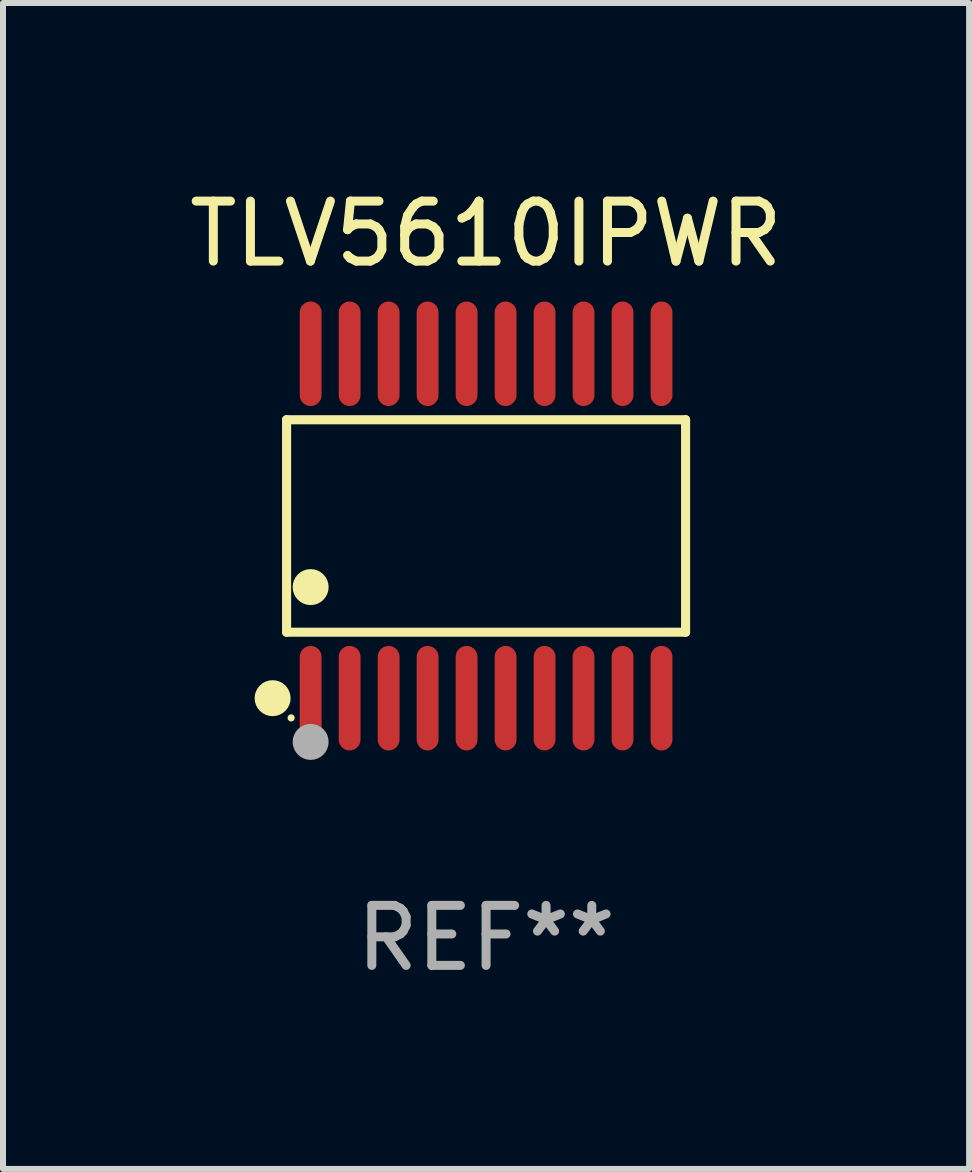
<source format=kicad_pcb>
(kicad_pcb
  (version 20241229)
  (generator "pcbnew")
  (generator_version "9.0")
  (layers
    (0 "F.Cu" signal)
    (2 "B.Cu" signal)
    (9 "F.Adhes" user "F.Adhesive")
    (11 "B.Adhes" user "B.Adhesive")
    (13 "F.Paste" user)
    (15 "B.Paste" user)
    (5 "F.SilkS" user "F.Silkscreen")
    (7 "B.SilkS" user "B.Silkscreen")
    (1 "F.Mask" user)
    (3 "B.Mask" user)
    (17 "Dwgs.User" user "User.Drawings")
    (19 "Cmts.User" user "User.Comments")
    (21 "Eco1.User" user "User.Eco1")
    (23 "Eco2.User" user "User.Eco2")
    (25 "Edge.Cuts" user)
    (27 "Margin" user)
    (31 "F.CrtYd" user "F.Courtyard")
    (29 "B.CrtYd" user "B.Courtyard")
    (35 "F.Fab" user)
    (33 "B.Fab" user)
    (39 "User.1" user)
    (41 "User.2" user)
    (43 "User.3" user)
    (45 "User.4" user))
  (footprint "TLV5610IPWR"
    (layer "F.Cu")
    (at 5.054 5.719)
    (property "Reference" "TLV5610IPWR" (at 0 -4.871 0) (layer "F.SilkS") (effects (font (size 1 1) (thickness 0.15))))
    (attr through_hole)
    (fp_line (start -3.326 -1.771) (end 3.326 -1.771) (stroke (width 0.152) (type solid)) (layer "F.SilkS"))
    (fp_line (start -3.326 1.771) (end -3.326 -1.771) (stroke (width 0.152) (type solid)) (layer "F.SilkS"))
    (fp_line (start 3.326 -1.771) (end 3.326 1.771) (stroke (width 0.152) (type solid)) (layer "F.SilkS"))
    (fp_line (start 3.326 1.771) (end -3.326 1.771) (stroke (width 0.152) (type solid)) (layer "F.SilkS"))
    (fp_circle (center -3.559 2.871) (end -3.409 2.871) (stroke (width 0.3) (type solid)) (fill no) (layer "F.SilkS"))
    (fp_circle (center -3.25 3.2) (end -3.22 3.2) (stroke (width 0.06) (type solid)) (fill no) (layer "F.SilkS"))
    (fp_circle (center -2.925 1.019) (end -2.775 1.019) (stroke (width 0.3) (type solid)) (fill no) (layer "F.SilkS"))
    (fp_circle (center -2.925 3.6) (end -2.775 3.6) (stroke (width 0.3) (type solid)) (fill no) (layer "F.Fab"))
    (fp_text user "REF**" (at 0 6.871 0) (layer "F.Fab") (effects (font (size 1 1) (thickness 0.15))))
    (pad "1" smd oval (at -2.925 2.871) (size 0.364 1.742) (layers "F.Cu" "F.Mask" "F.Paste"))
    (pad "2" smd oval (at -2.275 2.871) (size 0.364 1.742) (layers "F.Cu" "F.Mask" "F.Paste"))
    (pad "3" smd oval (at -1.625 2.871) (size 0.364 1.742) (layers "F.Cu" "F.Mask" "F.Paste"))
    (pad "4" smd oval (at -0.975 2.871) (size 0.364 1.742) (layers "F.Cu" "F.Mask" "F.Paste"))
    (pad "5" smd oval (at -0.325 2.871) (size 0.364 1.742) (layers "F.Cu" "F.Mask" "F.Paste"))
    (pad "6" smd oval (at 0.325 2.871) (size 0.364 1.742) (layers "F.Cu" "F.Mask" "F.Paste"))
    (pad "7" smd oval (at 0.975 2.871) (size 0.364 1.742) (layers "F.Cu" "F.Mask" "F.Paste"))
    (pad "8" smd oval (at 1.625 2.871) (size 0.364 1.742) (layers "F.Cu" "F.Mask" "F.Paste"))
    (pad "9" smd oval (at 2.275 2.871) (size 0.364 1.742) (layers "F.Cu" "F.Mask" "F.Paste"))
    (pad "10" smd oval (at 2.925 2.871) (size 0.364 1.742) (layers "F.Cu" "F.Mask" "F.Paste"))
    (pad "11" smd oval (at 2.925 -2.871) (size 0.364 1.742) (layers "F.Cu" "F.Mask" "F.Paste"))
    (pad "12" smd oval (at 2.275 -2.871) (size 0.364 1.742) (layers "F.Cu" "F.Mask" "F.Paste"))
    (pad "13" smd oval (at 1.625 -2.871) (size 0.364 1.742) (layers "F.Cu" "F.Mask" "F.Paste"))
    (pad "14" smd oval (at 0.975 -2.871) (size 0.364 1.742) (layers "F.Cu" "F.Mask" "F.Paste"))
    (pad "15" smd oval (at 0.325 -2.871) (size 0.364 1.742) (layers "F.Cu" "F.Mask" "F.Paste"))
    (pad "16" smd oval (at -0.325 -2.871) (size 0.364 1.742) (layers "F.Cu" "F.Mask" "F.Paste"))
    (pad "17" smd oval (at -0.975 -2.871) (size 0.364 1.742) (layers "F.Cu" "F.Mask" "F.Paste"))
    (pad "18" smd oval (at -1.625 -2.871) (size 0.364 1.742) (layers "F.Cu" "F.Mask" "F.Paste"))
    (pad "19" smd oval (at -2.275 -2.871) (size 0.364 1.742) (layers "F.Cu" "F.Mask" "F.Paste"))
    (pad "20" smd oval (at -2.925 -2.871) (size 0.364 1.742) (layers "F.Cu" "F.Mask" "F.Paste")))
  (gr_rect
    (start -3 -3)
    (end 13.107 16.438)
    (stroke (width 0.1) (type default))
    (fill no)
    (layer "Edge.Cuts")))
</source>
